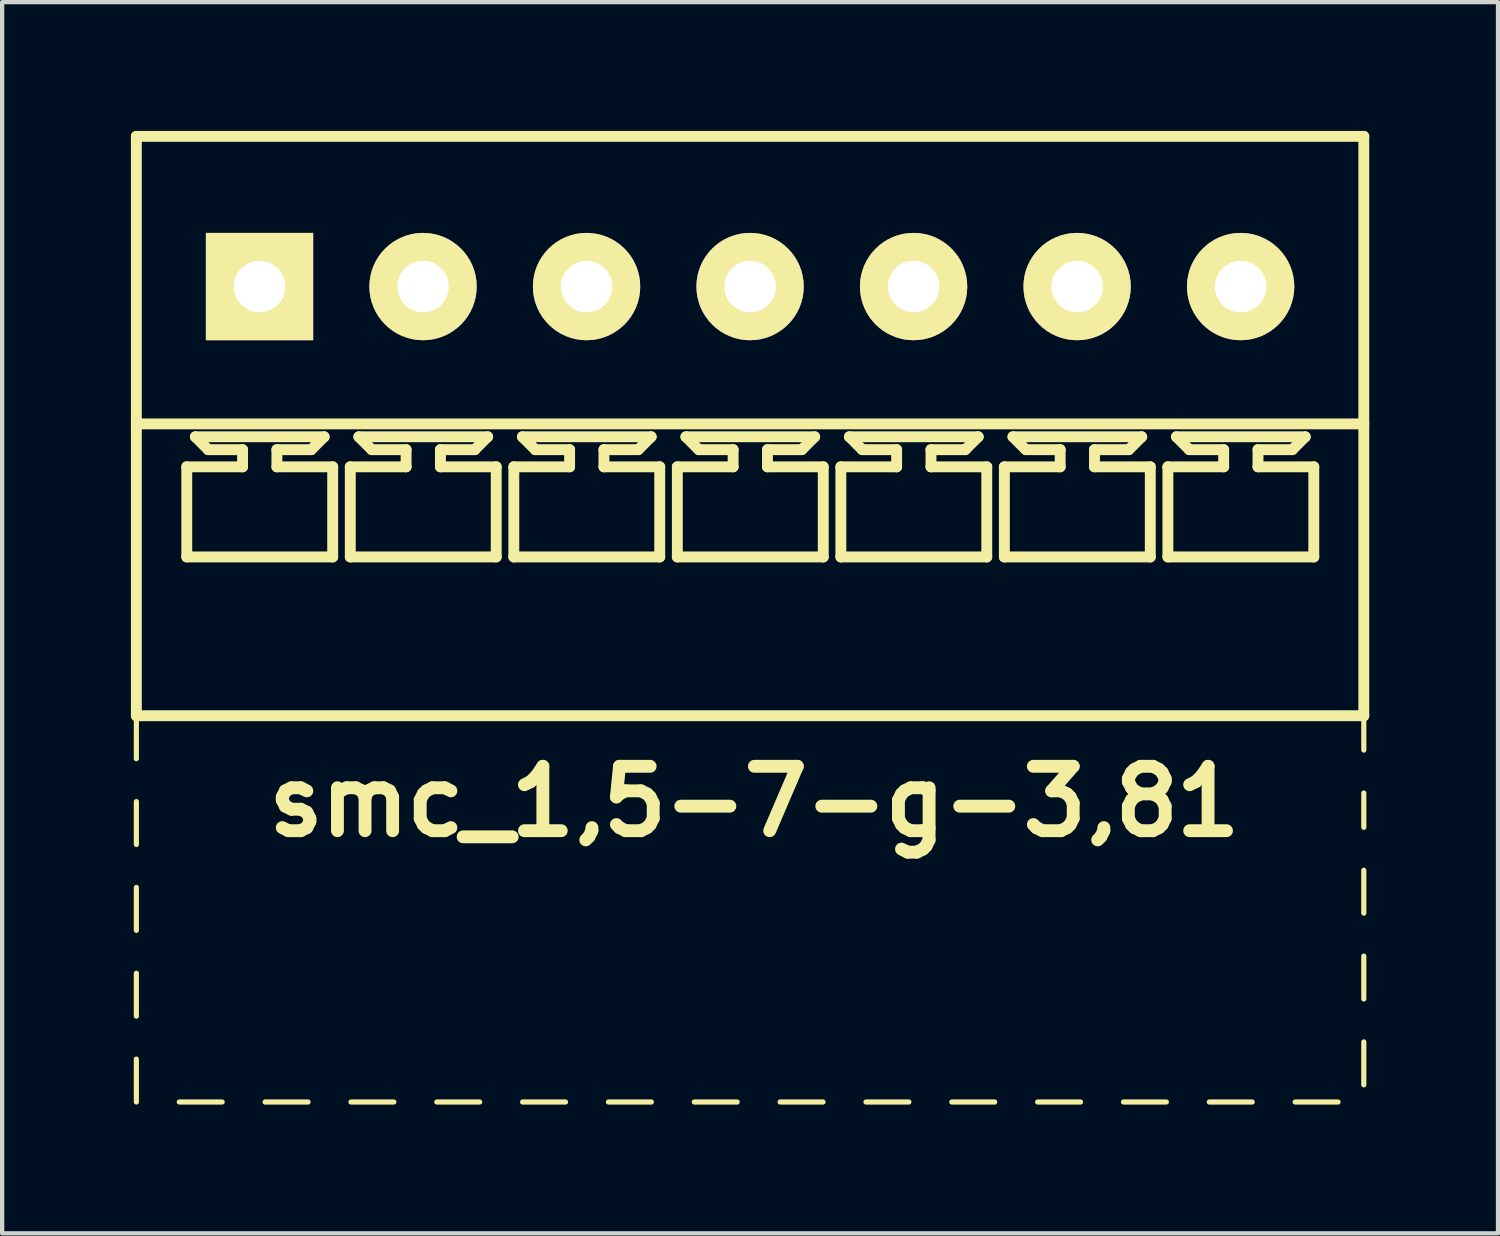
<source format=kicad_pcb>
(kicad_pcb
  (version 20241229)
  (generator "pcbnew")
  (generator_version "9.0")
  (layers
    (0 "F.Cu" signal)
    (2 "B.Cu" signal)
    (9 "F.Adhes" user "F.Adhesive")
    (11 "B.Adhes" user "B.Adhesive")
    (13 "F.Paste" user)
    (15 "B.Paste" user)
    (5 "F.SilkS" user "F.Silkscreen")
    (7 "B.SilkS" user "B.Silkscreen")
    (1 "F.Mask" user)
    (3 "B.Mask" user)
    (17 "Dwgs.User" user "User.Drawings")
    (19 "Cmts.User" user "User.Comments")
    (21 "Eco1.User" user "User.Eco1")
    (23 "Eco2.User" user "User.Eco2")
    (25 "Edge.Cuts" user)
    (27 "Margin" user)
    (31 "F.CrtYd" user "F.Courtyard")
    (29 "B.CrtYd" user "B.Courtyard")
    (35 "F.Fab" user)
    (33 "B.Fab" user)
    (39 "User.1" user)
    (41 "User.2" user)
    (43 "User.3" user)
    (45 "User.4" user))
  (footprint "smc_1,5-7-g-3,81"
    (layer "F.Cu")
    (at 14.427 3.627)
    (property "Reference" "smc_1,5-7-g-3,81" (at 0.1 12 0) (layer "F.SilkS") (effects (font (size 1.5 1.5) (thickness 0.3))))
    (attr through_hole)
    (fp_line (start -14.3 -3.5) (end -14.3 10) (stroke (width 0.254) (type solid)) (layer "F.SilkS"))
    (fp_line (start -14.3 -3.5) (end 14.3 -3.5) (stroke (width 0.254) (type solid)) (layer "F.SilkS"))
    (fp_line (start -14.3 3.2) (end 14.3 3.2) (stroke (width 0.254) (type solid)) (layer "F.SilkS"))
    (fp_line (start -14.3 10) (end -14.3 11) (stroke (width 0.12) (type solid)) (layer "F.SilkS"))
    (fp_line (start -14.3 10) (end 14.3 10) (stroke (width 0.254) (type solid)) (layer "F.SilkS"))
    (fp_line (start -14.3 12) (end -14.3 13) (stroke (width 0.12) (type solid)) (layer "F.SilkS"))
    (fp_line (start -14.3 14) (end -14.3 15) (stroke (width 0.12) (type solid)) (layer "F.SilkS"))
    (fp_line (start -14.3 16) (end -14.3 17) (stroke (width 0.12) (type solid)) (layer "F.SilkS"))
    (fp_line (start -14.3 18) (end -14.3 19) (stroke (width 0.12) (type solid)) (layer "F.SilkS"))
    (fp_line (start -13.3 19) (end -12.3 19) (stroke (width 0.12) (type solid)) (layer "F.SilkS"))
    (fp_line (start -13.125 4.2) (end -11.825 4.2) (stroke (width 0.254) (type solid)) (layer "F.SilkS"))
    (fp_line (start -13.125 6.3) (end -13.125 4.2) (stroke (width 0.254) (type solid)) (layer "F.SilkS"))
    (fp_line (start -12.925 3.5) (end -9.925 3.5) (stroke (width 0.254) (type solid)) (layer "F.SilkS"))
    (fp_line (start -12.625 3.8) (end -12.925 3.5) (stroke (width 0.254) (type solid)) (layer "F.SilkS"))
    (fp_line (start -11.825 3.8) (end -12.625 3.8) (stroke (width 0.254) (type solid)) (layer "F.SilkS"))
    (fp_line (start -11.825 4.2) (end -11.825 3.8) (stroke (width 0.254) (type solid)) (layer "F.SilkS"))
    (fp_line (start -11.3 19) (end -10.3 19) (stroke (width 0.12) (type solid)) (layer "F.SilkS"))
    (fp_line (start -11.025 3.8) (end -11.025 4.2) (stroke (width 0.254) (type solid)) (layer "F.SilkS"))
    (fp_line (start -11.025 4.2) (end -9.725 4.2) (stroke (width 0.254) (type solid)) (layer "F.SilkS"))
    (fp_line (start -10.225 3.8) (end -11.025 3.8) (stroke (width 0.254) (type solid)) (layer "F.SilkS"))
    (fp_line (start -10.225 3.8) (end -9.925 3.5) (stroke (width 0.254) (type solid)) (layer "F.SilkS"))
    (fp_line (start -9.725 4.2) (end -9.725 6.3) (stroke (width 0.254) (type solid)) (layer "F.SilkS"))
    (fp_line (start -9.725 6.3) (end -13.125 6.3) (stroke (width 0.254) (type solid)) (layer "F.SilkS"))
    (fp_line (start -9.315 4.2) (end -8.015 4.2) (stroke (width 0.254) (type solid)) (layer "F.SilkS"))
    (fp_line (start -9.315 6.3) (end -9.315 4.2) (stroke (width 0.254) (type solid)) (layer "F.SilkS"))
    (fp_line (start -9.3 19) (end -8.3 19) (stroke (width 0.12) (type solid)) (layer "F.SilkS"))
    (fp_line (start -9.115 3.5) (end -6.115 3.5) (stroke (width 0.254) (type solid)) (layer "F.SilkS"))
    (fp_line (start -8.815 3.8) (end -9.115 3.5) (stroke (width 0.254) (type solid)) (layer "F.SilkS"))
    (fp_line (start -8.015 3.8) (end -8.815 3.8) (stroke (width 0.254) (type solid)) (layer "F.SilkS"))
    (fp_line (start -8.015 4.2) (end -8.015 3.8) (stroke (width 0.254) (type solid)) (layer "F.SilkS"))
    (fp_line (start -7.3 19) (end -6.3 19) (stroke (width 0.12) (type solid)) (layer "F.SilkS"))
    (fp_line (start -7.215 3.8) (end -7.215 4.2) (stroke (width 0.254) (type solid)) (layer "F.SilkS"))
    (fp_line (start -7.215 4.2) (end -5.915 4.2) (stroke (width 0.254) (type solid)) (layer "F.SilkS"))
    (fp_line (start -6.415 3.8) (end -7.215 3.8) (stroke (width 0.254) (type solid)) (layer "F.SilkS"))
    (fp_line (start -6.415 3.8) (end -6.115 3.5) (stroke (width 0.254) (type solid)) (layer "F.SilkS"))
    (fp_line (start -5.915 4.2) (end -5.915 6.3) (stroke (width 0.254) (type solid)) (layer "F.SilkS"))
    (fp_line (start -5.915 6.3) (end -9.315 6.3) (stroke (width 0.254) (type solid)) (layer "F.SilkS"))
    (fp_line (start -5.505 4.2) (end -4.205 4.2) (stroke (width 0.254) (type solid)) (layer "F.SilkS"))
    (fp_line (start -5.505 6.3) (end -5.505 4.2) (stroke (width 0.254) (type solid)) (layer "F.SilkS"))
    (fp_line (start -5.305 3.5) (end -2.305 3.5) (stroke (width 0.254) (type solid)) (layer "F.SilkS"))
    (fp_line (start -5.3 19) (end -4.3 19) (stroke (width 0.12) (type solid)) (layer "F.SilkS"))
    (fp_line (start -5.005 3.8) (end -5.305 3.5) (stroke (width 0.254) (type solid)) (layer "F.SilkS"))
    (fp_line (start -4.205 3.8) (end -5.005 3.8) (stroke (width 0.254) (type solid)) (layer "F.SilkS"))
    (fp_line (start -4.205 4.2) (end -4.205 3.8) (stroke (width 0.254) (type solid)) (layer "F.SilkS"))
    (fp_line (start -3.405 3.8) (end -3.405 4.2) (stroke (width 0.254) (type solid)) (layer "F.SilkS"))
    (fp_line (start -3.405 4.2) (end -2.105 4.2) (stroke (width 0.254) (type solid)) (layer "F.SilkS"))
    (fp_line (start -3.3 19) (end -2.3 19) (stroke (width 0.12) (type solid)) (layer "F.SilkS"))
    (fp_line (start -2.605 3.8) (end -3.405 3.8) (stroke (width 0.254) (type solid)) (layer "F.SilkS"))
    (fp_line (start -2.605 3.8) (end -2.305 3.5) (stroke (width 0.254) (type solid)) (layer "F.SilkS"))
    (fp_line (start -2.105 4.2) (end -2.105 6.3) (stroke (width 0.254) (type solid)) (layer "F.SilkS"))
    (fp_line (start -2.105 6.3) (end -5.505 6.3) (stroke (width 0.254) (type solid)) (layer "F.SilkS"))
    (fp_line (start -1.695 4.2) (end -0.395 4.2) (stroke (width 0.254) (type solid)) (layer "F.SilkS"))
    (fp_line (start -1.695 6.3) (end -1.695 4.2) (stroke (width 0.254) (type solid)) (layer "F.SilkS"))
    (fp_line (start -1.495 3.5) (end 1.505 3.5) (stroke (width 0.254) (type solid)) (layer "F.SilkS"))
    (fp_line (start -1.3 19) (end -0.3 19) (stroke (width 0.12) (type solid)) (layer "F.SilkS"))
    (fp_line (start -1.195 3.8) (end -1.495 3.5) (stroke (width 0.254) (type solid)) (layer "F.SilkS"))
    (fp_line (start -0.395 3.8) (end -1.195 3.8) (stroke (width 0.254) (type solid)) (layer "F.SilkS"))
    (fp_line (start -0.395 4.2) (end -0.395 3.8) (stroke (width 0.254) (type solid)) (layer "F.SilkS"))
    (fp_line (start 0.405 3.8) (end 0.405 4.2) (stroke (width 0.254) (type solid)) (layer "F.SilkS"))
    (fp_line (start 0.405 4.2) (end 1.705 4.2) (stroke (width 0.254) (type solid)) (layer "F.SilkS"))
    (fp_line (start 0.7 19) (end 1.7 19) (stroke (width 0.12) (type solid)) (layer "F.SilkS"))
    (fp_line (start 1.205 3.8) (end 0.405 3.8) (stroke (width 0.254) (type solid)) (layer "F.SilkS"))
    (fp_line (start 1.205 3.8) (end 1.505 3.5) (stroke (width 0.254) (type solid)) (layer "F.SilkS"))
    (fp_line (start 1.705 4.2) (end 1.705 6.3) (stroke (width 0.254) (type solid)) (layer "F.SilkS"))
    (fp_line (start 1.705 6.3) (end -1.695 6.3) (stroke (width 0.254) (type solid)) (layer "F.SilkS"))
    (fp_line (start 2.115 4.2) (end 3.415 4.2) (stroke (width 0.254) (type solid)) (layer "F.SilkS"))
    (fp_line (start 2.115 6.3) (end 2.115 4.2) (stroke (width 0.254) (type solid)) (layer "F.SilkS"))
    (fp_line (start 2.315 3.5) (end 5.315 3.5) (stroke (width 0.254) (type solid)) (layer "F.SilkS"))
    (fp_line (start 2.615 3.8) (end 2.315 3.5) (stroke (width 0.254) (type solid)) (layer "F.SilkS"))
    (fp_line (start 2.7 19) (end 3.7 19) (stroke (width 0.12) (type solid)) (layer "F.SilkS"))
    (fp_line (start 3.415 3.8) (end 2.615 3.8) (stroke (width 0.254) (type solid)) (layer "F.SilkS"))
    (fp_line (start 3.415 4.2) (end 3.415 3.8) (stroke (width 0.254) (type solid)) (layer "F.SilkS"))
    (fp_line (start 4.215 3.8) (end 4.215 4.2) (stroke (width 0.254) (type solid)) (layer "F.SilkS"))
    (fp_line (start 4.215 4.2) (end 5.515 4.2) (stroke (width 0.254) (type solid)) (layer "F.SilkS"))
    (fp_line (start 4.7 19) (end 5.7 19) (stroke (width 0.12) (type solid)) (layer "F.SilkS"))
    (fp_line (start 5.015 3.8) (end 4.215 3.8) (stroke (width 0.254) (type solid)) (layer "F.SilkS"))
    (fp_line (start 5.015 3.8) (end 5.315 3.5) (stroke (width 0.254) (type solid)) (layer "F.SilkS"))
    (fp_line (start 5.515 4.2) (end 5.515 6.3) (stroke (width 0.254) (type solid)) (layer "F.SilkS"))
    (fp_line (start 5.515 6.3) (end 2.115 6.3) (stroke (width 0.254) (type solid)) (layer "F.SilkS"))
    (fp_line (start 5.925 4.2) (end 7.225 4.2) (stroke (width 0.254) (type solid)) (layer "F.SilkS"))
    (fp_line (start 5.925 6.3) (end 5.925 4.2) (stroke (width 0.254) (type solid)) (layer "F.SilkS"))
    (fp_line (start 6.125 3.5) (end 9.125 3.5) (stroke (width 0.254) (type solid)) (layer "F.SilkS"))
    (fp_line (start 6.425 3.8) (end 6.125 3.5) (stroke (width 0.254) (type solid)) (layer "F.SilkS"))
    (fp_line (start 6.7 19) (end 7.7 19) (stroke (width 0.12) (type solid)) (layer "F.SilkS"))
    (fp_line (start 7.225 3.8) (end 6.425 3.8) (stroke (width 0.254) (type solid)) (layer "F.SilkS"))
    (fp_line (start 7.225 4.2) (end 7.225 3.8) (stroke (width 0.254) (type solid)) (layer "F.SilkS"))
    (fp_line (start 8.025 3.8) (end 8.025 4.2) (stroke (width 0.254) (type solid)) (layer "F.SilkS"))
    (fp_line (start 8.025 4.2) (end 9.325 4.2) (stroke (width 0.254) (type solid)) (layer "F.SilkS"))
    (fp_line (start 8.7 19) (end 9.7 19) (stroke (width 0.12) (type solid)) (layer "F.SilkS"))
    (fp_line (start 8.825 3.8) (end 8.025 3.8) (stroke (width 0.254) (type solid)) (layer "F.SilkS"))
    (fp_line (start 8.825 3.8) (end 9.125 3.5) (stroke (width 0.254) (type solid)) (layer "F.SilkS"))
    (fp_line (start 9.325 4.2) (end 9.325 6.3) (stroke (width 0.254) (type solid)) (layer "F.SilkS"))
    (fp_line (start 9.325 6.3) (end 5.925 6.3) (stroke (width 0.254) (type solid)) (layer "F.SilkS"))
    (fp_line (start 9.735 4.2) (end 11.035 4.2) (stroke (width 0.254) (type solid)) (layer "F.SilkS"))
    (fp_line (start 9.735 6.3) (end 9.735 4.2) (stroke (width 0.254) (type solid)) (layer "F.SilkS"))
    (fp_line (start 9.935 3.5) (end 12.935 3.5) (stroke (width 0.254) (type solid)) (layer "F.SilkS"))
    (fp_line (start 10.235 3.8) (end 9.935 3.5) (stroke (width 0.254) (type solid)) (layer "F.SilkS"))
    (fp_line (start 10.7 19) (end 11.7 19) (stroke (width 0.12) (type solid)) (layer "F.SilkS"))
    (fp_line (start 11.035 3.8) (end 10.235 3.8) (stroke (width 0.254) (type solid)) (layer "F.SilkS"))
    (fp_line (start 11.035 4.2) (end 11.035 3.8) (stroke (width 0.254) (type solid)) (layer "F.SilkS"))
    (fp_line (start 11.835 3.8) (end 11.835 4.2) (stroke (width 0.254) (type solid)) (layer "F.SilkS"))
    (fp_line (start 11.835 4.2) (end 13.135 4.2) (stroke (width 0.254) (type solid)) (layer "F.SilkS"))
    (fp_line (start 12.635 3.8) (end 11.835 3.8) (stroke (width 0.254) (type solid)) (layer "F.SilkS"))
    (fp_line (start 12.635 3.8) (end 12.935 3.5) (stroke (width 0.254) (type solid)) (layer "F.SilkS"))
    (fp_line (start 12.7 19) (end 13.7 19) (stroke (width 0.12) (type solid)) (layer "F.SilkS"))
    (fp_line (start 13.135 4.2) (end 13.135 6.3) (stroke (width 0.254) (type solid)) (layer "F.SilkS"))
    (fp_line (start 13.135 6.3) (end 9.735 6.3) (stroke (width 0.254) (type solid)) (layer "F.SilkS"))
    (fp_line (start 14.3 -3.5) (end 14.3 10) (stroke (width 0.254) (type solid)) (layer "F.SilkS"))
    (fp_line (start 14.3 10) (end 14.3 10.8) (stroke (width 0.12) (type solid)) (layer "F.SilkS"))
    (fp_line (start 14.3 12.6) (end 14.3 11.8) (stroke (width 0.12) (type solid)) (layer "F.SilkS"))
    (fp_line (start 14.3 14.6) (end 14.3 13.6) (stroke (width 0.12) (type solid)) (layer "F.SilkS"))
    (fp_line (start 14.3 15.6) (end 14.3 16.6) (stroke (width 0.12) (type solid)) (layer "F.SilkS"))
    (fp_line (start 14.3 17.6) (end 14.3 18.6) (stroke (width 0.12) (type solid)) (layer "F.SilkS"))
    (pad "1" thru_hole rect (at -11.43 0) (size 2.5 2.5) (drill 1.2) (layers "*.Cu" "*.Mask" "F.SilkS"))
    (pad "2" thru_hole circle (at -7.62 0) (size 2.5 2.5) (drill 1.2) (layers "*.Cu" "*.Mask" "F.SilkS"))
    (pad "3" thru_hole circle (at -3.81 0) (size 2.5 2.5) (drill 1.2) (layers "*.Cu" "*.Mask" "F.SilkS"))
    (pad "4" thru_hole circle (at 0 0) (size 2.5 2.5) (drill 1.2) (layers "*.Cu" "*.Mask" "F.SilkS"))
    (pad "5" thru_hole circle (at 3.81 0) (size 2.5 2.5) (drill 1.2) (layers "*.Cu" "*.Mask" "F.SilkS"))
    (pad "6" thru_hole circle (at 7.62 0) (size 2.5 2.5) (drill 1.2) (layers "*.Cu" "*.Mask" "F.SilkS"))
    (pad "7" thru_hole circle (at 11.43 0) (size 2.5 2.5) (drill 1.2) (layers "*.Cu" "*.Mask" "F.SilkS")))
  (gr_rect
    (start -3 -3)
    (end 31.854 25.687)
    (stroke (width 0.1) (type default))
    (fill no)
    (layer "Edge.Cuts")))
</source>
